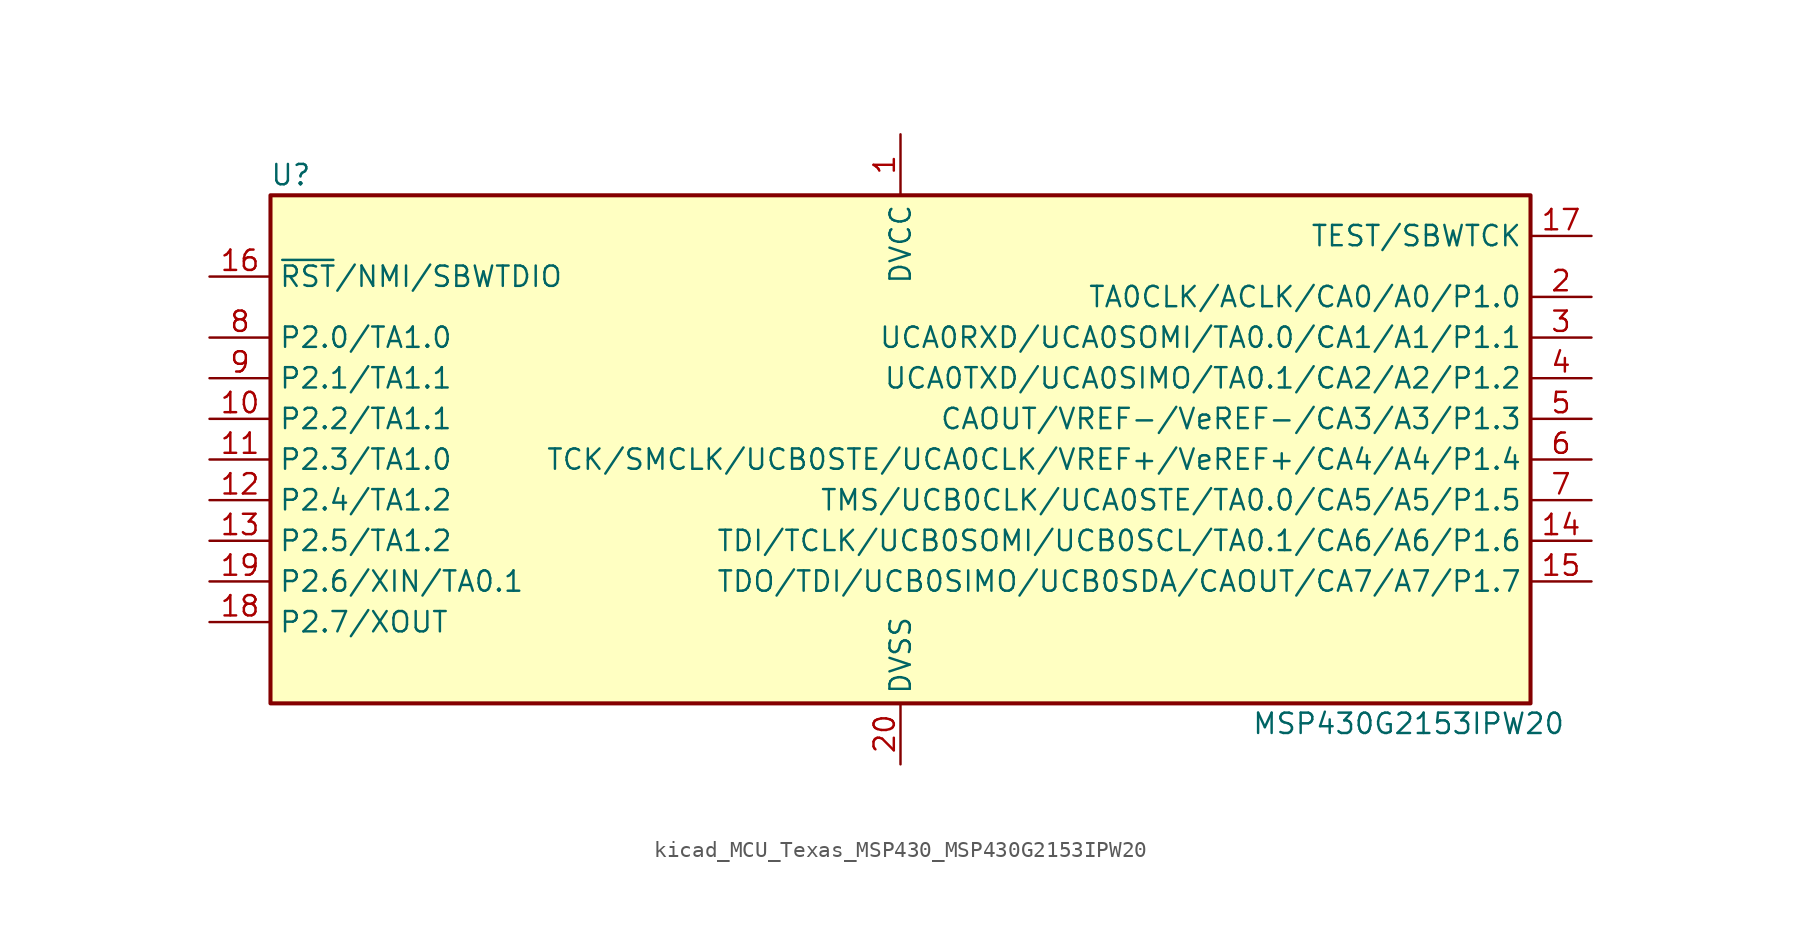
<source format=kicad_sym>
(kicad_symbol_lib
  (version 20220914)
  (generator kicad_symbol_editor)
  (symbol "kicad_MCU_Texas_MSP430_MSP430G2153IPW20"
    (property "Reference" "U"
      (at -38.1 17.78 0)
      (effects (font (size 1.27 1.27))))
    (property "Value" "MSP430G2153IPW20"
      (at 31.75 -16.51 0)
      (effects (font (size 1.27 1.27))))
    (symbol "kicad_MCU_Texas_MSP430_MSP430G2153IPW20_0_1"
      (rectangle (start -39.37 16.51) (end 39.37 -15.24) (stroke (width 0.254) (type default)) (fill (type background))))
    (symbol "kicad_MCU_Texas_MSP430_MSP430G2153IPW20_1_1"
      (pin power_in line (at 0 20.32 270) (length 3.81) (name "DVCC" (effects (font (size 1.27 1.27)))) (number "1" (effects (font (size 1.27 1.27)))))
      (pin bidirectional line (at -43.18 2.54 0) (length 3.81) (name "P2.2/TA1.1" (effects (font (size 1.27 1.27)))) (number "10" (effects (font (size 1.27 1.27)))))
      (pin bidirectional line (at -43.18 0 0) (length 3.81) (name "P2.3/TA1.0" (effects (font (size 1.27 1.27)))) (number "11" (effects (font (size 1.27 1.27)))))
      (pin bidirectional line (at -43.18 -2.54 0) (length 3.81) (name "P2.4/TA1.2" (effects (font (size 1.27 1.27)))) (number "12" (effects (font (size 1.27 1.27)))))
      (pin bidirectional line (at -43.18 -5.08 0) (length 3.81) (name "P2.5/TA1.2" (effects (font (size 1.27 1.27)))) (number "13" (effects (font (size 1.27 1.27)))))
      (pin bidirectional line (at 43.18 -5.08 180) (length 3.81) (name "TDI/TCLK/UCB0SOMI/UCB0SCL/TA0.1/CA6/A6/P1.6" (effects (font (size 1.27 1.27)))) (number "14" (effects (font (size 1.27 1.27)))))
      (pin bidirectional line (at 43.18 -7.62 180) (length 3.81) (name "TDO/TDI/UCB0SIMO/UCB0SDA/CAOUT/CA7/A7/P1.7" (effects (font (size 1.27 1.27)))) (number "15" (effects (font (size 1.27 1.27)))))
      (pin input line (at -43.18 11.43 0) (length 3.81) (name "~{RST}/NMI/SBWTDIO" (effects (font (size 1.27 1.27)))) (number "16" (effects (font (size 1.27 1.27)))))
      (pin input line (at 43.18 13.97 180) (length 3.81) (name "TEST/SBWTCK" (effects (font (size 1.27 1.27)))) (number "17" (effects (font (size 1.27 1.27)))))
      (pin bidirectional line (at -43.18 -10.16 0) (length 3.81) (name "P2.7/XOUT" (effects (font (size 1.27 1.27)))) (number "18" (effects (font (size 1.27 1.27)))))
      (pin bidirectional line (at -43.18 -7.62 0) (length 3.81) (name "P2.6/XIN/TA0.1" (effects (font (size 1.27 1.27)))) (number "19" (effects (font (size 1.27 1.27)))))
      (pin bidirectional line (at 43.18 10.16 180) (length 3.81) (name "TA0CLK/ACLK/CA0/A0/P1.0" (effects (font (size 1.27 1.27)))) (number "2" (effects (font (size 1.27 1.27)))))
      (pin power_in line (at 0 -19.05 90) (length 3.81) (name "DVSS" (effects (font (size 1.27 1.27)))) (number "20" (effects (font (size 1.27 1.27)))))
      (pin bidirectional line (at 43.18 7.62 180) (length 3.81) (name "UCA0RXD/UCA0SOMI/TA0.0/CA1/A1/P1.1" (effects (font (size 1.27 1.27)))) (number "3" (effects (font (size 1.27 1.27)))))
      (pin bidirectional line (at 43.18 5.08 180) (length 3.81) (name "UCA0TXD/UCA0SIMO/TA0.1/CA2/A2/P1.2" (effects (font (size 1.27 1.27)))) (number "4" (effects (font (size 1.27 1.27)))))
      (pin bidirectional line (at 43.18 2.54 180) (length 3.81) (name "CAOUT/VREF-/VeREF-/CA3/A3/P1.3" (effects (font (size 1.27 1.27)))) (number "5" (effects (font (size 1.27 1.27)))))
      (pin bidirectional line (at 43.18 0 180) (length 3.81) (name "TCK/SMCLK/UCB0STE/UCA0CLK/VREF+/VeREF+/CA4/A4/P1.4" (effects (font (size 1.27 1.27)))) (number "6" (effects (font (size 1.27 1.27)))))
      (pin bidirectional line (at 43.18 -2.54 180) (length 3.81) (name "TMS/UCB0CLK/UCA0STE/TA0.0/CA5/A5/P1.5" (effects (font (size 1.27 1.27)))) (number "7" (effects (font (size 1.27 1.27)))))
      (pin bidirectional line (at -43.18 7.62 0) (length 3.81) (name "P2.0/TA1.0" (effects (font (size 1.27 1.27)))) (number "8" (effects (font (size 1.27 1.27)))))
      (pin bidirectional line (at -43.18 5.08 0) (length 3.81) (name "P2.1/TA1.1" (effects (font (size 1.27 1.27)))) (number "9" (effects (font (size 1.27 1.27))))))))
</source>
